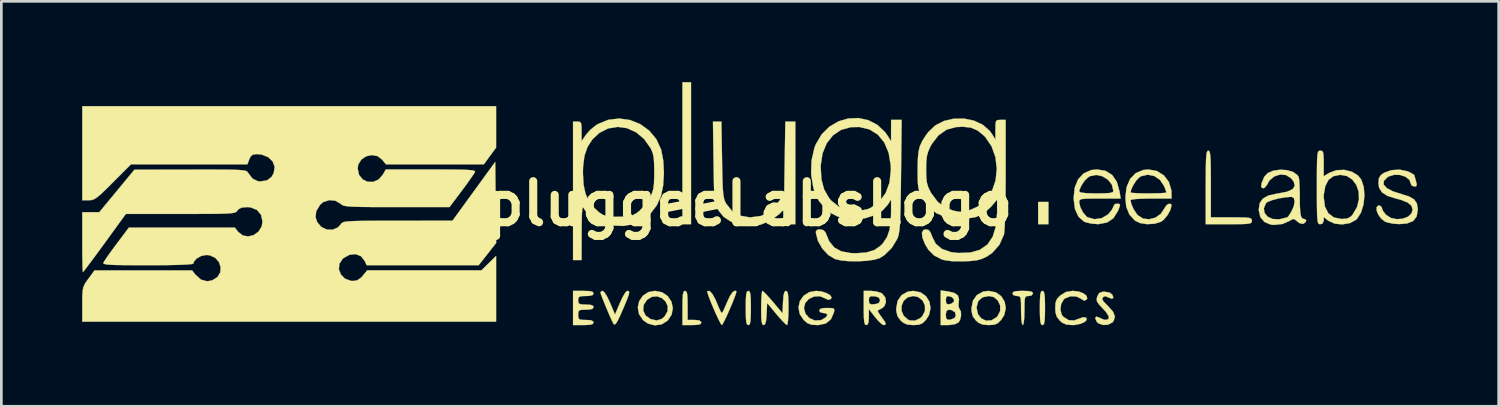
<source format=kicad_pcb>
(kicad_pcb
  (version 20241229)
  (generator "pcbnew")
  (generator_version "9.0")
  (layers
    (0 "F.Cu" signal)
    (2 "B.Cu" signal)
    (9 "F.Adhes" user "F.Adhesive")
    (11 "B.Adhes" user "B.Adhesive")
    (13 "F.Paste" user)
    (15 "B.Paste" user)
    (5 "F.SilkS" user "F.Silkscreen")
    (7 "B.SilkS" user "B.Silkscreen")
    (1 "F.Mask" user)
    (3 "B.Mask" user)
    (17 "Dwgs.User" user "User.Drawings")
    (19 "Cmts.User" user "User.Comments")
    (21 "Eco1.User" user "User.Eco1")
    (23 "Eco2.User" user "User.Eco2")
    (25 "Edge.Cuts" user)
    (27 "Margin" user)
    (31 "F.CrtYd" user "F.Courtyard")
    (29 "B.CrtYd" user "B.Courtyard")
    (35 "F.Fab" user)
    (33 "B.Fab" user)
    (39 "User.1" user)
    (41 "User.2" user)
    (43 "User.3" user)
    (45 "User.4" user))
  (footprint "pluggeeLabsLogo"
    (layer "F.Cu")
    (at 24.77 4.513)
    (property "Reference" "pluggeeLabsLogo" (at 0 0 0) (layer "F.SilkS") (effects (font (size 1.524 1.524) (thickness 0.3))))
    (attr through_hole)
    (fp_poly (pts (xy -2.159 0.762) (xy -2.477 0.762) (xy -2.477 -4.508) (xy -2.159 -4.508) (xy -2.159 0.762)) (stroke (width 0.01) (type solid)) (fill yes) (layer "F.SilkS"))
    (fp_poly (pts (xy 11.113 0.762) (xy 10.732 0.762) (xy 10.732 -0.064) (xy 11.113 -0.064) (xy 11.113 0.762)) (stroke (width 0.01) (type solid)) (fill yes) (layer "F.SilkS"))
    (fp_poly (pts (xy -2.334 3.262) (xy -2.304 3.345) (xy -2.29 3.512) (xy -2.286 3.778) (xy -2.286 4.318) (xy -2.032 4.318) (xy -1.855 4.334) (xy -1.783 4.386) (xy -1.778 4.413) (xy -1.809 4.471) (xy -1.919 4.5) (xy -2.127 4.508) (xy -2.477 4.508) (xy -2.477 3.873) (xy -2.473 3.577) (xy -2.462 3.387) (xy -2.439 3.282) (xy -2.401 3.242) (xy -2.381 3.239) (xy -2.334 3.262)) (stroke (width 0.01) (type solid)) (fill yes) (layer "F.SilkS"))
    (fp_poly (pts (xy 0.013 3.259) (xy 0.041 3.336) (xy 0.057 3.49) (xy 0.063 3.741) (xy 0.064 3.873) (xy 0.06 4.17) (xy 0.049 4.36) (xy 0.026 4.465) (xy -0.012 4.505) (xy -0.032 4.508) (xy -0.076 4.488) (xy -0.105 4.411) (xy -0.12 4.257) (xy -0.127 4.006) (xy -0.127 3.873) (xy -0.124 3.577) (xy -0.112 3.387) (xy -0.089 3.282) (xy -0.052 3.242) (xy -0.032 3.239) (xy 0.013 3.259)) (stroke (width 0.01) (type solid)) (fill yes) (layer "F.SilkS"))
    (fp_poly (pts (xy 10.935 3.259) (xy 10.963 3.336) (xy 10.979 3.49) (xy 10.985 3.741) (xy 10.986 3.873) (xy 10.982 4.17) (xy 10.971 4.36) (xy 10.948 4.465) (xy 10.91 4.505) (xy 10.89 4.508) (xy 10.846 4.488) (xy 10.817 4.411) (xy 10.802 4.257) (xy 10.795 4.006) (xy 10.795 3.873) (xy 10.798 3.577) (xy 10.81 3.387) (xy 10.833 3.282) (xy 10.87 3.242) (xy 10.89 3.239) (xy 10.935 3.259)) (stroke (width 0.01) (type solid)) (fill yes) (layer "F.SilkS"))
    (fp_poly (pts (xy -4.474 3.248) (xy -4.454 3.29) (xy -4.472 3.385) (xy -4.532 3.551) (xy -4.64 3.81) (xy -4.671 3.884) (xy -4.8 4.178) (xy -4.894 4.368) (xy -4.96 4.467) (xy -5.008 4.489) (xy -5.04 4.458) (xy -5.091 4.357) (xy -5.171 4.181) (xy -5.265 3.961) (xy -5.361 3.73) (xy -5.446 3.52) (xy -5.504 3.364) (xy -5.524 3.296) (xy -5.474 3.244) (xy -5.438 3.239) (xy -5.374 3.293) (xy -5.282 3.437) (xy -5.183 3.642) (xy -5.167 3.678) (xy -4.982 4.118) (xy -4.797 3.678) (xy -4.697 3.467) (xy -4.604 3.311) (xy -4.536 3.24) (xy -4.528 3.239) (xy -4.474 3.248)) (stroke (width 0.01) (type solid)) (fill yes) (layer "F.SilkS"))
    (fp_poly (pts (xy -0.474 3.251) (xy -0.485 3.318) (xy -0.538 3.47) (xy -0.619 3.677) (xy -0.718 3.91) (xy -0.819 4.139) (xy -0.912 4.335) (xy -0.982 4.467) (xy -1.016 4.508) (xy -1.057 4.454) (xy -1.134 4.306) (xy -1.236 4.09) (xy -1.322 3.894) (xy -1.428 3.639) (xy -1.508 3.43) (xy -1.553 3.292) (xy -1.558 3.251) (xy -1.474 3.24) (xy -1.371 3.344) (xy -1.255 3.555) (xy -1.204 3.676) (xy -1.121 3.873) (xy -1.053 4.013) (xy -1.016 4.064) (xy -0.977 4.01) (xy -0.909 3.868) (xy -0.828 3.676) (xy -0.71 3.422) (xy -0.601 3.271) (xy -0.508 3.232) (xy -0.474 3.251)) (stroke (width 0.01) (type solid)) (fill yes) (layer "F.SilkS"))
    (fp_poly (pts (xy 10.381 3.246) (xy 10.5 3.272) (xy 10.54 3.322) (xy 10.541 3.334) (xy 10.486 3.41) (xy 10.382 3.429) (xy 10.305 3.434) (xy 10.258 3.466) (xy 10.234 3.549) (xy 10.225 3.709) (xy 10.223 3.969) (xy 10.216 4.232) (xy 10.197 4.418) (xy 10.168 4.505) (xy 10.16 4.508) (xy 10.129 4.449) (xy 10.107 4.285) (xy 10.097 4.038) (xy 10.097 3.969) (xy 10.095 3.707) (xy 10.086 3.548) (xy 10.061 3.465) (xy 10.014 3.434) (xy 9.938 3.429) (xy 9.81 3.396) (xy 9.779 3.334) (xy 9.808 3.278) (xy 9.912 3.249) (xy 10.114 3.239) (xy 10.16 3.239) (xy 10.381 3.246)) (stroke (width 0.01) (type solid)) (fill yes) (layer "F.SilkS"))
    (fp_poly (pts (xy 17.083 -1.953) (xy 17.108 -1.896) (xy 17.125 -1.781) (xy 17.136 -1.593) (xy 17.142 -1.317) (xy 17.145 -0.936) (xy 17.145 -0.73) (xy 17.145 0.508) (xy 17.907 0.508) (xy 18.229 0.509) (xy 18.444 0.515) (xy 18.575 0.53) (xy 18.642 0.556) (xy 18.666 0.598) (xy 18.669 0.635) (xy 18.662 0.686) (xy 18.629 0.721) (xy 18.548 0.743) (xy 18.401 0.756) (xy 18.168 0.761) (xy 17.828 0.762) (xy 17.812 0.762) (xy 16.954 0.762) (xy 16.954 -0.603) (xy 16.956 -1.059) (xy 16.959 -1.403) (xy 16.967 -1.651) (xy 16.98 -1.816) (xy 16.998 -1.913) (xy 17.024 -1.959) (xy 17.05 -1.968) (xy 17.083 -1.953)) (stroke (width 0.01) (type solid)) (fill yes) (layer "F.SilkS"))
    (fp_poly (pts (xy -3.231 3.292) (xy -3.024 3.433) (xy -2.888 3.636) (xy -2.835 3.873) (xy -2.877 4.117) (xy -3.025 4.341) (xy -3.248 4.482) (xy -3.506 4.519) (xy -3.762 4.451) (xy -3.942 4.323) (xy -4.091 4.098) (xy -4.115 3.966) (xy -3.935 3.966) (xy -3.847 4.153) (xy -3.664 4.285) (xy -3.433 4.338) (xy -3.242 4.277) (xy -3.137 4.184) (xy -3.029 3.993) (xy -3.025 3.803) (xy -3.104 3.634) (xy -3.242 3.507) (xy -3.419 3.441) (xy -3.613 3.459) (xy -3.79 3.567) (xy -3.918 3.76) (xy -3.935 3.966) (xy -4.115 3.966) (xy -4.135 3.854) (xy -4.083 3.618) (xy -3.948 3.419) (xy -3.741 3.283) (xy -3.498 3.239) (xy -3.231 3.292)) (stroke (width 0.01) (type solid)) (fill yes) (layer "F.SilkS"))
    (fp_poly (pts (xy 1.411 3.262) (xy 1.439 3.345) (xy 1.455 3.507) (xy 1.46 3.771) (xy 1.46 3.873) (xy 1.455 4.14) (xy 1.442 4.351) (xy 1.421 4.481) (xy 1.405 4.508) (xy 1.342 4.463) (xy 1.222 4.341) (xy 1.066 4.166) (xy 1.008 4.098) (xy 0.667 3.687) (xy 0.648 4.098) (xy 0.629 4.334) (xy 0.597 4.464) (xy 0.545 4.508) (xy 0.537 4.508) (xy 0.494 4.485) (xy 0.466 4.402) (xy 0.45 4.24) (xy 0.445 3.976) (xy 0.445 3.873) (xy 0.449 3.607) (xy 0.461 3.396) (xy 0.478 3.267) (xy 0.492 3.24) (xy 0.552 3.285) (xy 0.671 3.407) (xy 0.826 3.581) (xy 0.889 3.655) (xy 1.238 4.069) (xy 1.257 3.654) (xy 1.275 3.416) (xy 1.307 3.285) (xy 1.359 3.239) (xy 1.368 3.239) (xy 1.411 3.262)) (stroke (width 0.01) (type solid)) (fill yes) (layer "F.SilkS"))
    (fp_poly (pts (xy 6.363 3.292) (xy 6.566 3.435) (xy 6.694 3.641) (xy 6.735 3.883) (xy 6.678 4.136) (xy 6.567 4.313) (xy 6.442 4.437) (xy 6.31 4.494) (xy 6.112 4.508) (xy 6.099 4.508) (xy 5.88 4.491) (xy 5.727 4.425) (xy 5.628 4.341) (xy 5.511 4.186) (xy 5.465 4.001) (xy 5.464 3.984) (xy 5.661 3.984) (xy 5.741 4.168) (xy 5.904 4.308) (xy 5.969 4.336) (xy 6.161 4.343) (xy 6.354 4.25) (xy 6.429 4.178) (xy 6.529 3.982) (xy 6.526 3.775) (xy 6.436 3.592) (xy 6.273 3.466) (xy 6.096 3.429) (xy 5.883 3.479) (xy 5.736 3.609) (xy 5.661 3.788) (xy 5.661 3.984) (xy 5.464 3.984) (xy 5.461 3.892) (xy 5.514 3.606) (xy 5.664 3.392) (xy 5.894 3.266) (xy 6.096 3.239) (xy 6.363 3.292)) (stroke (width 0.01) (type solid)) (fill yes) (layer "F.SilkS"))
    (fp_poly (pts (xy 9.157 3.292) (xy 9.36 3.435) (xy 9.488 3.641) (xy 9.529 3.883) (xy 9.472 4.136) (xy 9.361 4.313) (xy 9.236 4.437) (xy 9.104 4.494) (xy 8.906 4.508) (xy 8.893 4.508) (xy 8.674 4.491) (xy 8.521 4.425) (xy 8.422 4.341) (xy 8.305 4.186) (xy 8.259 4.001) (xy 8.255 3.892) (xy 8.26 3.867) (xy 8.445 3.867) (xy 8.495 4.102) (xy 8.623 4.265) (xy 8.802 4.346) (xy 9.001 4.331) (xy 9.193 4.211) (xy 9.223 4.178) (xy 9.321 3.985) (xy 9.32 3.779) (xy 9.234 3.595) (xy 9.078 3.467) (xy 8.904 3.429) (xy 8.664 3.478) (xy 8.508 3.617) (xy 8.446 3.839) (xy 8.445 3.867) (xy 8.26 3.867) (xy 8.308 3.606) (xy 8.458 3.392) (xy 8.688 3.266) (xy 8.89 3.239) (xy 9.157 3.292)) (stroke (width 0.01) (type solid)) (fill yes) (layer "F.SilkS"))
    (fp_poly (pts (xy 13.391 3.305) (xy 13.485 3.378) (xy 13.525 3.493) (xy 13.472 3.533) (xy 13.346 3.484) (xy 13.343 3.483) (xy 13.223 3.433) (xy 13.135 3.477) (xy 13.134 3.477) (xy 13.11 3.542) (xy 13.161 3.634) (xy 13.3 3.778) (xy 13.323 3.799) (xy 13.512 4.011) (xy 13.583 4.192) (xy 13.537 4.351) (xy 13.489 4.409) (xy 13.332 4.493) (xy 13.142 4.505) (xy 12.972 4.446) (xy 12.901 4.375) (xy 12.85 4.246) (xy 12.89 4.194) (xy 13.01 4.235) (xy 13.02 4.241) (xy 13.158 4.303) (xy 13.235 4.318) (xy 13.347 4.284) (xy 13.354 4.186) (xy 13.256 4.029) (xy 13.139 3.9) (xy 12.989 3.739) (xy 12.916 3.628) (xy 12.904 3.533) (xy 12.927 3.446) (xy 12.996 3.321) (xy 13.112 3.274) (xy 13.203 3.27) (xy 13.391 3.305)) (stroke (width 0.01) (type solid)) (fill yes) (layer "F.SilkS"))
    (fp_poly (pts (xy -5.938 3.246) (xy -5.819 3.272) (xy -5.779 3.322) (xy -5.779 3.334) (xy -5.816 3.397) (xy -5.943 3.425) (xy -6.064 3.429) (xy -6.241 3.436) (xy -6.324 3.468) (xy -6.349 3.545) (xy -6.35 3.588) (xy -6.338 3.686) (xy -6.28 3.732) (xy -6.141 3.746) (xy -6.064 3.747) (xy -5.876 3.759) (xy -5.79 3.801) (xy -5.779 3.842) (xy -5.816 3.905) (xy -5.943 3.933) (xy -6.064 3.937) (xy -6.24 3.943) (xy -6.323 3.974) (xy -6.348 4.056) (xy -6.35 4.128) (xy -6.342 4.245) (xy -6.294 4.3) (xy -6.172 4.317) (xy -6.064 4.318) (xy -5.876 4.33) (xy -5.79 4.373) (xy -5.779 4.413) (xy -5.808 4.469) (xy -5.911 4.498) (xy -6.114 4.508) (xy -6.16 4.508) (xy -6.54 4.508) (xy -6.54 3.239) (xy -6.16 3.239) (xy -5.938 3.246)) (stroke (width 0.01) (type solid)) (fill yes) (layer "F.SilkS"))
    (fp_poly (pts (xy 12.241 3.264) (xy 12.415 3.331) (xy 12.528 3.42) (xy 12.555 3.517) (xy 12.527 3.563) (xy 12.446 3.605) (xy 12.348 3.55) (xy 12.331 3.535) (xy 12.148 3.446) (xy 11.928 3.44) (xy 11.73 3.517) (xy 11.684 3.556) (xy 11.586 3.725) (xy 11.559 3.93) (xy 11.604 4.118) (xy 11.668 4.203) (xy 11.87 4.327) (xy 12.074 4.335) (xy 12.233 4.277) (xy 12.416 4.214) (xy 12.519 4.238) (xy 12.534 4.318) (xy 12.451 4.398) (xy 12.296 4.464) (xy 12.097 4.504) (xy 11.996 4.508) (xy 11.777 4.489) (xy 11.621 4.418) (xy 11.534 4.341) (xy 11.423 4.199) (xy 11.374 4.031) (xy 11.367 3.87) (xy 11.379 3.667) (xy 11.434 3.533) (xy 11.554 3.41) (xy 11.562 3.403) (xy 11.768 3.278) (xy 12.014 3.239) (xy 12.031 3.239) (xy 12.241 3.264)) (stroke (width 0.01) (type solid)) (fill yes) (layer "F.SilkS"))
    (fp_poly (pts (xy 2.691 3.262) (xy 2.872 3.32) (xy 3.005 3.398) (xy 3.062 3.481) (xy 3.034 3.541) (xy 2.931 3.571) (xy 2.829 3.519) (xy 2.628 3.437) (xy 2.413 3.448) (xy 2.219 3.537) (xy 2.082 3.689) (xy 2.034 3.878) (xy 2.092 4.09) (xy 2.238 4.25) (xy 2.436 4.337) (xy 2.652 4.328) (xy 2.716 4.303) (xy 2.86 4.208) (xy 2.905 4.124) (xy 2.844 4.072) (xy 2.768 4.064) (xy 2.636 4.032) (xy 2.603 3.969) (xy 2.64 3.907) (xy 2.765 3.878) (xy 2.896 3.873) (xy 3.073 3.878) (xy 3.152 3.903) (xy 3.162 3.971) (xy 3.145 4.048) (xy 3.034 4.298) (xy 2.845 4.449) (xy 2.572 4.508) (xy 2.524 4.508) (xy 2.309 4.494) (xy 2.159 4.435) (xy 2.027 4.323) (xy 1.876 4.096) (xy 1.832 3.852) (xy 1.884 3.618) (xy 2.022 3.42) (xy 2.234 3.285) (xy 2.487 3.239) (xy 2.691 3.262)) (stroke (width 0.01) (type solid)) (fill yes) (layer "F.SilkS"))
    (fp_poly (pts (xy 7.368 3.256) (xy 7.615 3.313) (xy 7.752 3.409) (xy 7.792 3.559) (xy 7.782 3.658) (xy 7.773 3.813) (xy 7.806 3.903) (xy 7.809 3.904) (xy 7.863 4.002) (xy 7.869 4.16) (xy 7.83 4.321) (xy 7.774 4.409) (xy 7.632 4.479) (xy 7.412 4.508) (xy 7.393 4.508) (xy 7.112 4.508) (xy 7.112 4.132) (xy 7.303 4.132) (xy 7.316 4.267) (xy 7.378 4.311) (xy 7.477 4.306) (xy 7.626 4.248) (xy 7.673 4.167) (xy 7.645 4.033) (xy 7.518 3.952) (xy 7.414 3.938) (xy 7.331 3.975) (xy 7.303 4.105) (xy 7.303 4.132) (xy 7.112 4.132) (xy 7.112 3.588) (xy 7.303 3.588) (xy 7.324 3.713) (xy 7.405 3.741) (xy 7.52 3.708) (xy 7.608 3.633) (xy 7.599 3.54) (xy 7.509 3.461) (xy 7.361 3.429) (xy 7.317 3.483) (xy 7.303 3.588) (xy 7.112 3.588) (xy 7.112 3.222) (xy 7.368 3.256)) (stroke (width 0.01) (type solid)) (fill yes) (layer "F.SilkS"))
    (fp_poly (pts (xy 4.733 3.262) (xy 4.907 3.319) (xy 4.939 3.337) (xy 5.054 3.479) (xy 5.081 3.652) (xy 5.022 3.808) (xy 4.937 3.88) (xy 4.821 3.943) (xy 4.772 3.973) (xy 4.793 4.03) (xy 4.871 4.15) (xy 4.915 4.209) (xy 5.034 4.376) (xy 5.073 4.468) (xy 5.037 4.505) (xy 4.993 4.508) (xy 4.91 4.462) (xy 4.784 4.34) (xy 4.676 4.212) (xy 4.445 3.916) (xy 4.445 4.212) (xy 4.433 4.404) (xy 4.394 4.494) (xy 4.35 4.508) (xy 4.305 4.488) (xy 4.277 4.411) (xy 4.261 4.257) (xy 4.255 4.006) (xy 4.255 3.873) (xy 4.255 3.588) (xy 4.445 3.588) (xy 4.459 3.701) (xy 4.528 3.739) (xy 4.651 3.735) (xy 4.801 3.7) (xy 4.855 3.621) (xy 4.858 3.588) (xy 4.825 3.493) (xy 4.705 3.447) (xy 4.651 3.441) (xy 4.51 3.439) (xy 4.454 3.489) (xy 4.445 3.588) (xy 4.255 3.588) (xy 4.255 3.239) (xy 4.526 3.239) (xy 4.733 3.262)) (stroke (width 0.01) (type solid)) (fill yes) (layer "F.SilkS"))
    (fp_poly (pts (xy -1.007 -1.635) (xy -0.998 -1.17) (xy -0.989 -0.813) (xy -0.977 -0.547) (xy -0.961 -0.354) (xy -0.938 -0.215) (xy -0.909 -0.112) (xy -0.869 -0.028) (xy -0.854 -0.000216) (xy -0.631 0.277) (xy -0.348 0.444) (xy 0.005 0.506) (xy 0.057 0.507) (xy 0.443 0.455) (xy 0.764 0.296) (xy 1.03 0.026) (xy 1.109 -0.091) (xy 1.302 -0.402) (xy 1.322 -1.725) (xy 1.343 -3.048) (xy 1.714 -3.048) (xy 1.714 0.762) (xy 1.524 0.762) (xy 1.409 0.754) (xy 1.353 0.709) (xy 1.335 0.591) (xy 1.333 0.464) (xy 1.333 0.166) (xy 1.127 0.379) (xy 0.795 0.633) (xy 0.409 0.785) (xy -0.006 0.831) (xy -0.423 0.766) (xy -0.674 0.667) (xy -0.946 0.49) (xy -1.136 0.258) (xy -1.147 0.238) (xy -1.196 0.148) (xy -1.234 0.059) (xy -1.262 -0.046) (xy -1.282 -0.187) (xy -1.297 -0.38) (xy -1.307 -0.644) (xy -1.314 -0.997) (xy -1.321 -1.455) (xy -1.323 -1.54) (xy -1.344 -3.048) (xy -1.03 -3.048) (xy -1.007 -1.635)) (stroke (width 0.01) (type solid)) (fill yes) (layer "F.SilkS"))
    (fp_poly (pts (xy 15.14 -1.212) (xy 15.399 -1.052) (xy 15.584 -0.809) (xy 15.677 -0.503) (xy 15.684 -0.383) (xy 15.684 -0.191) (xy 14.922 -0.191) (xy 14.619 -0.186) (xy 14.376 -0.173) (xy 14.216 -0.154) (xy 14.161 -0.131) (xy 14.197 0.027) (xy 14.287 0.223) (xy 14.404 0.399) (xy 14.43 0.429) (xy 14.624 0.553) (xy 14.854 0.58) (xy 15.087 0.518) (xy 15.289 0.375) (xy 15.429 0.162) (xy 15.433 0.153) (xy 15.505 0.049) (xy 15.598 -0.000276) (xy 15.669 0.019) (xy 15.684 0.07) (xy 15.64 0.239) (xy 15.531 0.433) (xy 15.391 0.6) (xy 15.298 0.67) (xy 15.055 0.746) (xy 14.776 0.761) (xy 14.512 0.719) (xy 14.327 0.629) (xy 14.119 0.403) (xy 14.003 0.114) (xy 13.97 -0.225) (xy 13.992 -0.415) (xy 14.161 -0.415) (xy 14.22 -0.401) (xy 14.38 -0.39) (xy 14.614 -0.383) (xy 14.827 -0.381) (xy 15.101 -0.384) (xy 15.32 -0.392) (xy 15.459 -0.404) (xy 15.494 -0.415) (xy 15.472 -0.49) (xy 15.417 -0.632) (xy 15.407 -0.656) (xy 15.256 -0.883) (xy 15.043 -1.027) (xy 14.802 -1.076) (xy 14.561 -1.021) (xy 14.485 -0.976) (xy 14.376 -0.861) (xy 14.265 -0.69) (xy 14.184 -0.516) (xy 14.161 -0.415) (xy 13.992 -0.415) (xy 14.015 -0.611) (xy 14.145 -0.917) (xy 14.353 -1.133) (xy 14.631 -1.25) (xy 14.827 -1.27) (xy 15.14 -1.212)) (stroke (width 0.01) (type solid)) (fill yes) (layer "F.SilkS"))
    (fp_poly (pts (xy 21.274 -1.957) (xy 21.312 -1.906) (xy 21.33 -1.788) (xy 21.336 -1.577) (xy 21.336 -1.493) (xy 21.336 -1.018) (xy 21.542 -1.144) (xy 21.806 -1.243) (xy 22.096 -1.255) (xy 22.375 -1.188) (xy 22.606 -1.049) (xy 22.73 -0.895) (xy 22.823 -0.62) (xy 22.848 -0.298) (xy 22.813 0.031) (xy 22.721 0.33) (xy 22.577 0.559) (xy 22.531 0.603) (xy 22.303 0.723) (xy 22.024 0.77) (xy 21.744 0.742) (xy 21.512 0.637) (xy 21.503 0.63) (xy 21.336 0.499) (xy 21.336 0.63) (xy 21.293 0.74) (xy 21.209 0.762) (xy 21.167 0.757) (xy 21.136 0.733) (xy 21.113 0.672) (xy 21.098 0.56) (xy 21.089 0.381) (xy 21.084 0.118) (xy 21.082 -0.24) (xy 21.336 -0.24) (xy 21.379 0.104) (xy 21.506 0.355) (xy 21.714 0.512) (xy 22 0.569) (xy 22.014 0.569) (xy 22.212 0.551) (xy 22.345 0.477) (xy 22.411 0.404) (xy 22.574 0.123) (xy 22.645 -0.167) (xy 22.633 -0.446) (xy 22.547 -0.695) (xy 22.398 -0.896) (xy 22.195 -1.027) (xy 21.948 -1.071) (xy 21.692 -1.019) (xy 21.515 -0.886) (xy 21.395 -0.654) (xy 21.339 -0.34) (xy 21.336 -0.24) (xy 21.082 -0.24) (xy 21.082 -0.243) (xy 21.082 -0.603) (xy 21.082 -1.053) (xy 21.085 -1.391) (xy 21.09 -1.634) (xy 21.101 -1.797) (xy 21.117 -1.896) (xy 21.142 -1.947) (xy 21.176 -1.966) (xy 21.209 -1.968) (xy 21.274 -1.957)) (stroke (width 0.01) (type solid)) (fill yes) (layer "F.SilkS"))
    (fp_poly (pts (xy 24.444 -1.204) (xy 24.514 -1.173) (xy 24.641 -1.104) (xy 24.701 -1.063) (xy 24.701 -1.062) (xy 24.717 -0.997) (xy 24.755 -0.86) (xy 24.761 -0.841) (xy 24.792 -0.701) (xy 24.767 -0.644) (xy 24.697 -0.635) (xy 24.597 -0.676) (xy 24.575 -0.73) (xy 24.518 -0.885) (xy 24.373 -1) (xy 24.174 -1.066) (xy 23.954 -1.072) (xy 23.748 -1.01) (xy 23.7 -0.981) (xy 23.569 -0.844) (xy 23.562 -0.709) (xy 23.675 -0.579) (xy 23.904 -0.458) (xy 24.215 -0.359) (xy 24.508 -0.266) (xy 24.694 -0.157) (xy 24.794 -0.013) (xy 24.828 0.187) (xy 24.828 0.227) (xy 24.788 0.475) (xy 24.66 0.642) (xy 24.437 0.734) (xy 24.137 0.759) (xy 23.903 0.741) (xy 23.695 0.697) (xy 23.608 0.663) (xy 23.465 0.551) (xy 23.36 0.404) (xy 23.301 0.254) (xy 23.3 0.132) (xy 23.368 0.067) (xy 23.4 0.064) (xy 23.483 0.115) (xy 23.495 0.162) (xy 23.537 0.271) (xy 23.64 0.404) (xy 23.651 0.416) (xy 23.832 0.531) (xy 24.049 0.576) (xy 24.271 0.558) (xy 24.465 0.484) (xy 24.597 0.36) (xy 24.638 0.22) (xy 24.593 0.074) (xy 24.45 -0.044) (xy 24.198 -0.143) (xy 24.02 -0.19) (xy 23.703 -0.289) (xy 23.498 -0.42) (xy 23.391 -0.595) (xy 23.368 -0.768) (xy 23.385 -0.947) (xy 23.458 -1.061) (xy 23.574 -1.144) (xy 23.842 -1.243) (xy 24.152 -1.264) (xy 24.444 -1.204)) (stroke (width 0.01) (type solid)) (fill yes) (layer "F.SilkS"))
    (fp_poly (pts (xy 13.231 -1.22) (xy 13.478 -1.068) (xy 13.652 -0.813) (xy 13.754 -0.454) (xy 13.754 -0.451) (xy 13.796 -0.191) (xy 13.026 -0.191) (xy 12.702 -0.189) (xy 12.485 -0.184) (xy 12.352 -0.17) (xy 12.284 -0.144) (xy 12.259 -0.103) (xy 12.255 -0.06) (xy 12.297 0.131) (xy 12.4 0.331) (xy 12.531 0.48) (xy 12.569 0.506) (xy 12.825 0.576) (xy 13.091 0.539) (xy 13.323 0.402) (xy 13.34 0.386) (xy 13.457 0.245) (xy 13.522 0.125) (xy 13.525 0.1) (xy 13.579 0.017) (xy 13.652 0) (xy 13.743 0.007) (xy 13.772 0.048) (xy 13.742 0.154) (xy 13.692 0.277) (xy 13.526 0.541) (xy 13.29 0.7) (xy 12.977 0.759) (xy 12.93 0.759) (xy 12.702 0.739) (xy 12.498 0.691) (xy 12.431 0.663) (xy 12.228 0.483) (xy 12.101 0.206) (xy 12.051 -0.171) (xy 12.05 -0.213) (xy 12.074 -0.448) (xy 12.255 -0.448) (xy 12.317 -0.415) (xy 12.494 -0.392) (xy 12.776 -0.382) (xy 12.89 -0.381) (xy 13.188 -0.384) (xy 13.38 -0.396) (xy 13.485 -0.42) (xy 13.524 -0.458) (xy 13.525 -0.473) (xy 13.47 -0.703) (xy 13.324 -0.89) (xy 13.12 -1.017) (xy 12.888 -1.067) (xy 12.662 -1.023) (xy 12.587 -0.98) (xy 12.46 -0.855) (xy 12.343 -0.682) (xy 12.267 -0.514) (xy 12.255 -0.448) (xy 12.074 -0.448) (xy 12.09 -0.598) (xy 12.216 -0.905) (xy 12.422 -1.124) (xy 12.698 -1.247) (xy 12.91 -1.27) (xy 13.231 -1.22)) (stroke (width 0.01) (type solid)) (fill yes) (layer "F.SilkS"))
    (fp_poly (pts (xy 19.971 -1.245) (xy 20.198 -1.178) (xy 20.361 -1.06) (xy 20.408 -0.981) (xy 20.425 -0.876) (xy 20.438 -0.677) (xy 20.446 -0.418) (xy 20.447 -0.254) (xy 20.451 0.091) (xy 20.466 0.327) (xy 20.495 0.474) (xy 20.543 0.549) (xy 20.613 0.571) (xy 20.618 0.572) (xy 20.684 0.606) (xy 20.67 0.677) (xy 20.592 0.74) (xy 20.557 0.75) (xy 20.438 0.723) (xy 20.34 0.651) (xy 20.25 0.574) (xy 20.17 0.577) (xy 20.066 0.641) (xy 19.802 0.755) (xy 19.494 0.789) (xy 19.367 0.777) (xy 19.134 0.681) (xy 18.981 0.495) (xy 18.923 0.237) (xy 18.923 0.222) (xy 18.931 0.17) (xy 19.112 0.17) (xy 19.139 0.345) (xy 19.254 0.484) (xy 19.439 0.569) (xy 19.673 0.581) (xy 19.78 0.559) (xy 19.918 0.523) (xy 19.987 0.508) (xy 19.987 0.508) (xy 20.028 0.46) (xy 20.107 0.34) (xy 20.13 0.302) (xy 20.223 0.102) (xy 20.256 -0.077) (xy 20.229 -0.206) (xy 20.145 -0.254) (xy 19.917 -0.237) (xy 19.667 -0.194) (xy 19.437 -0.136) (xy 19.263 -0.07) (xy 19.193 -0.02) (xy 19.112 0.17) (xy 18.931 0.17) (xy 18.958 -0.016) (xy 19.074 -0.187) (xy 19.283 -0.303) (xy 19.599 -0.374) (xy 19.65 -0.381) (xy 19.976 -0.443) (xy 20.18 -0.537) (xy 20.262 -0.661) (xy 20.222 -0.817) (xy 20.127 -0.941) (xy 19.938 -1.062) (xy 19.718 -1.082) (xy 19.501 -1.012) (xy 19.319 -0.86) (xy 19.22 -0.683) (xy 19.139 -0.588) (xy 19.079 -0.572) (xy 19.013 -0.619) (xy 19.029 -0.763) (xy 19.127 -0.997) (xy 19.258 -1.137) (xy 19.466 -1.225) (xy 19.716 -1.261) (xy 19.971 -1.245)) (stroke (width 0.01) (type solid)) (fill yes) (layer "F.SilkS"))
    (fp_poly (pts (xy -4.423 -3.106) (xy -4.045 -2.954) (xy -3.713 -2.714) (xy -3.447 -2.396) (xy -3.269 -2.007) (xy -3.265 -1.992) (xy -3.188 -1.589) (xy -3.165 -1.131) (xy -3.194 -0.675) (xy -3.276 -0.277) (xy -3.278 -0.269) (xy -3.432 0.064) (xy -3.662 0.365) (xy -3.938 0.604) (xy -4.23 0.748) (xy -4.665 0.827) (xy -5.091 0.811) (xy -5.484 0.708) (xy -5.821 0.525) (xy -6.079 0.268) (xy -6.149 0.159) (xy -6.176 0.139) (xy -6.196 0.2) (xy -6.209 0.351) (xy -6.217 0.605) (xy -6.221 0.973) (xy -6.221 1.064) (xy -6.223 2.095) (xy -6.54 2.095) (xy -6.54 -1.137) (xy -6.173 -1.137) (xy -6.149 -0.702) (xy -6.075 -0.359) (xy -5.941 -0.077) (xy -5.739 0.169) (xy -5.572 0.324) (xy -5.421 0.42) (xy -5.247 0.471) (xy -5.015 0.488) (xy -4.75 0.485) (xy -4.503 0.47) (xy -4.332 0.432) (xy -4.189 0.357) (xy -4.084 0.277) (xy -3.908 0.099) (xy -3.742 -0.126) (xy -3.683 -0.227) (xy -3.608 -0.39) (xy -3.56 -0.548) (xy -3.535 -0.737) (xy -3.525 -0.996) (xy -3.524 -1.173) (xy -3.529 -1.489) (xy -3.546 -1.714) (xy -3.582 -1.881) (xy -3.641 -2.025) (xy -3.661 -2.064) (xy -3.906 -2.407) (xy -4.205 -2.655) (xy -4.539 -2.804) (xy -4.89 -2.851) (xy -5.237 -2.793) (xy -5.563 -2.628) (xy -5.822 -2.386) (xy -6.004 -2.104) (xy -6.117 -1.774) (xy -6.168 -1.366) (xy -6.173 -1.137) (xy -6.54 -1.137) (xy -6.54 -3.048) (xy -6.382 -3.048) (xy -6.292 -3.039) (xy -6.245 -2.993) (xy -6.226 -2.879) (xy -6.223 -2.684) (xy -6.223 -2.32) (xy -6.063 -2.555) (xy -5.907 -2.733) (xy -5.702 -2.903) (xy -5.625 -2.953) (xy -5.234 -3.114) (xy -4.827 -3.162) (xy -4.423 -3.106)) (stroke (width 0.01) (type solid)) (fill yes) (layer "F.SilkS"))
    (fp_poly (pts (xy 4.423 -3.101) (xy 4.76 -2.927) (xy 5.048 -2.655) (xy 5.152 -2.508) (xy 5.27 -2.318) (xy 5.27 -2.715) (xy 5.271 -3.111) (xy 5.663 -3.111) (xy 5.639 -1.032) (xy 5.632 -0.45) (xy 5.624 0.019) (xy 5.615 0.389) (xy 5.603 0.676) (xy 5.589 0.892) (xy 5.57 1.053) (xy 5.547 1.172) (xy 5.519 1.264) (xy 5.503 1.302) (xy 5.3 1.637) (xy 5.026 1.908) (xy 4.858 2.016) (xy 4.663 2.078) (xy 4.383 2.12) (xy 4.056 2.14) (xy 3.723 2.137) (xy 3.422 2.11) (xy 3.195 2.059) (xy 3.19 2.057) (xy 2.937 1.905) (xy 2.716 1.667) (xy 2.554 1.382) (xy 2.479 1.091) (xy 2.477 1.038) (xy 2.525 0.97) (xy 2.635 0.952) (xy 2.754 0.983) (xy 2.83 1.057) (xy 2.832 1.064) (xy 2.972 1.396) (xy 3.162 1.628) (xy 3.42 1.77) (xy 3.764 1.834) (xy 3.968 1.841) (xy 4.354 1.813) (xy 4.65 1.722) (xy 4.885 1.557) (xy 4.969 1.467) (xy 5.119 1.241) (xy 5.213 0.969) (xy 5.261 0.623) (xy 5.27 0.318) (xy 5.27 -0.159) (xy 5.154 0.032) (xy 4.951 0.254) (xy 4.658 0.429) (xy 4.31 0.539) (xy 3.992 0.571) (xy 3.604 0.552) (xy 3.303 0.485) (xy 3.052 0.359) (xy 2.816 0.16) (xy 2.788 0.131) (xy 2.598 -0.09) (xy 2.474 -0.314) (xy 2.382 -0.59) (xy 2.301 -1.092) (xy 2.309 -1.358) (xy 2.656 -1.358) (xy 2.684 -0.902) (xy 2.783 -0.531) (xy 2.96 -0.219) (xy 3.044 -0.116) (xy 3.329 0.114) (xy 3.671 0.248) (xy 4.04 0.279) (xy 4.404 0.202) (xy 4.518 0.152) (xy 4.836 -0.077) (xy 5.07 -0.395) (xy 5.213 -0.79) (xy 5.262 -1.254) (xy 5.257 -1.421) (xy 5.179 -1.89) (xy 5.017 -2.273) (xy 4.778 -2.564) (xy 4.467 -2.758) (xy 4.093 -2.847) (xy 3.773 -2.841) (xy 3.413 -2.741) (xy 3.112 -2.537) (xy 2.879 -2.242) (xy 2.725 -1.868) (xy 2.658 -1.429) (xy 2.656 -1.358) (xy 2.309 -1.358) (xy 2.316 -1.602) (xy 2.425 -2.079) (xy 2.475 -2.205) (xy 2.693 -2.574) (xy 2.98 -2.859) (xy 3.316 -3.056) (xy 3.681 -3.163) (xy 4.057 -3.179) (xy 4.423 -3.101)) (stroke (width 0.01) (type solid)) (fill yes) (layer "F.SilkS"))
    (fp_poly (pts (xy 8.343 -3.085) (xy 8.672 -2.933) (xy 8.935 -2.702) (xy 9.019 -2.585) (xy 9.144 -2.381) (xy 9.144 -2.746) (xy 9.147 -2.952) (xy 9.166 -3.061) (xy 9.217 -3.104) (xy 9.317 -3.111) (xy 9.335 -3.111) (xy 9.525 -3.111) (xy 9.525 -1.095) (xy 9.523 -0.559) (xy 9.517 -0.068) (xy 9.508 0.362) (xy 9.496 0.715) (xy 9.481 0.976) (xy 9.465 1.13) (xy 9.46 1.15) (xy 9.295 1.524) (xy 9.031 1.824) (xy 8.824 1.966) (xy 8.65 2.048) (xy 8.465 2.1) (xy 8.228 2.129) (xy 7.969 2.142) (xy 7.543 2.138) (xy 7.235 2.095) (xy 7.155 2.071) (xy 6.866 1.923) (xy 6.654 1.71) (xy 6.534 1.511) (xy 6.434 1.263) (xy 6.415 1.079) (xy 6.477 0.974) (xy 6.562 0.953) (xy 6.669 0.98) (xy 6.743 1.081) (xy 6.786 1.205) (xy 6.927 1.485) (xy 7.158 1.681) (xy 7.484 1.797) (xy 7.759 1.831) (xy 8.208 1.816) (xy 8.569 1.713) (xy 8.846 1.518) (xy 9.043 1.229) (xy 9.162 0.841) (xy 9.207 0.351) (xy 9.207 0.29) (xy 9.207 -0.15) (xy 8.985 0.111) (xy 8.726 0.349) (xy 8.424 0.496) (xy 8.054 0.561) (xy 7.729 0.562) (xy 7.292 0.498) (xy 6.939 0.347) (xy 6.653 0.101) (xy 6.452 -0.191) (xy 6.367 -0.348) (xy 6.31 -0.483) (xy 6.277 -0.627) (xy 6.261 -0.813) (xy 6.256 -1.075) (xy 6.256 -1.27) (xy 6.256 -1.272) (xy 6.572 -1.272) (xy 6.577 -0.988) (xy 6.599 -0.786) (xy 6.647 -0.619) (xy 6.731 -0.444) (xy 6.758 -0.395) (xy 7.006 -0.063) (xy 7.319 0.163) (xy 7.579 0.257) (xy 7.753 0.295) (xy 7.881 0.305) (xy 8.017 0.283) (xy 8.216 0.228) (xy 8.236 0.222) (xy 8.568 0.068) (xy 8.784 -0.124) (xy 9.016 -0.47) (xy 9.153 -0.872) (xy 9.195 -1.301) (xy 9.145 -1.73) (xy 9.001 -2.131) (xy 8.766 -2.475) (xy 8.725 -2.518) (xy 8.49 -2.712) (xy 8.242 -2.821) (xy 7.944 -2.856) (xy 7.677 -2.843) (xy 7.331 -2.748) (xy 7.031 -2.537) (xy 6.782 -2.215) (xy 6.731 -2.122) (xy 6.648 -1.938) (xy 6.599 -1.757) (xy 6.577 -1.533) (xy 6.572 -1.272) (xy 6.256 -1.272) (xy 6.262 -1.635) (xy 6.285 -1.909) (xy 6.336 -2.127) (xy 6.424 -2.323) (xy 6.56 -2.534) (xy 6.652 -2.659) (xy 6.91 -2.905) (xy 7.234 -3.071) (xy 7.598 -3.155) (xy 7.977 -3.16) (xy 8.343 -3.085)) (stroke (width 0.01) (type solid)) (fill yes) (layer "F.SilkS"))
    (fp_poly (pts (xy -9.398 -2.081) (xy -9.626 -1.771) (xy -9.853 -1.46) (xy -13.489 -1.46) (xy -13.626 -1.632) (xy -13.802 -1.767) (xy -14.013 -1.805) (xy -14.224 -1.758) (xy -14.402 -1.638) (xy -14.516 -1.456) (xy -14.539 -1.307) (xy -14.487 -1.069) (xy -14.353 -0.902) (xy -14.168 -0.813) (xy -13.961 -0.808) (xy -13.762 -0.896) (xy -13.602 -1.079) (xy -13.494 -1.269) (xy -11.82 -1.27) (xy -11.311 -1.269) (xy -10.915 -1.266) (xy -10.62 -1.261) (xy -10.412 -1.251) (xy -10.278 -1.238) (xy -10.205 -1.219) (xy -10.18 -1.195) (xy -10.182 -1.177) (xy -10.233 -1.092) (xy -10.344 -0.929) (xy -10.499 -0.713) (xy -10.673 -0.478) (xy -11.128 0.127) (xy -13.089 0.127) (xy -13.64 0.127) (xy -14.079 0.125) (xy -14.419 0.121) (xy -14.674 0.115) (xy -14.858 0.104) (xy -14.986 0.089) (xy -15.071 0.069) (xy -15.127 0.041) (xy -15.169 0.007) (xy -15.177 0) (xy -15.367 -0.11) (xy -15.595 -0.13) (xy -15.811 -0.063) (xy -15.935 0.042) (xy -16.077 0.28) (xy -16.103 0.5) (xy -16.041 0.685) (xy -15.889 0.865) (xy -15.687 0.96) (xy -15.469 0.967) (xy -15.272 0.883) (xy -15.163 0.764) (xy -15.137 0.729) (xy -15.098 0.7) (xy -15.034 0.678) (xy -14.93 0.662) (xy -14.774 0.65) (xy -14.552 0.642) (xy -14.25 0.637) (xy -13.854 0.635) (xy -13.353 0.634) (xy -13.05 0.633) (xy -11.017 0.632) (xy -10.223 -0.46) (xy -9.43 -1.552) (xy -9.413 -0.046) (xy -9.396 1.46) (xy -9.72 1.873) (xy -10.045 2.286) (xy -14.204 2.286) (xy -14.277 2.126) (xy -14.415 1.952) (xy -14.611 1.875) (xy -14.836 1.896) (xy -15.061 2.019) (xy -15.097 2.05) (xy -15.218 2.232) (xy -15.236 2.435) (xy -15.163 2.627) (xy -15.015 2.781) (xy -14.803 2.864) (xy -14.728 2.872) (xy -14.554 2.846) (xy -14.407 2.741) (xy -14.35 2.677) (xy -14.183 2.476) (xy -9.943 2.476) (xy -9.398 1.942) (xy -9.398 4.381) (xy -24.765 4.381) (xy -24.765 3.739) (xy -24.763 3.446) (xy -24.753 3.246) (xy -24.726 3.104) (xy -24.674 2.986) (xy -24.589 2.857) (xy -24.537 2.787) (xy -24.31 2.477) (xy -20.688 2.477) (xy -20.559 2.64) (xy -20.353 2.823) (xy -20.122 2.882) (xy -19.94 2.848) (xy -19.746 2.728) (xy -19.643 2.557) (xy -19.626 2.362) (xy -19.688 2.172) (xy -19.822 2.015) (xy -20.022 1.92) (xy -20.158 1.905) (xy -20.347 1.942) (xy -20.516 2.035) (xy -20.621 2.157) (xy -20.637 2.223) (xy -20.7 2.243) (xy -20.885 2.26) (xy -21.186 2.273) (xy -21.6 2.282) (xy -22.121 2.286) (xy -22.327 2.286) (xy -22.839 2.285) (xy -23.238 2.282) (xy -23.535 2.277) (xy -23.745 2.268) (xy -23.881 2.254) (xy -23.956 2.236) (xy -23.983 2.211) (xy -23.981 2.193) (xy -23.93 2.108) (xy -23.819 1.945) (xy -23.664 1.729) (xy -23.49 1.494) (xy -23.035 0.889) (xy -19.1 0.889) (xy -18.975 1.048) (xy -18.802 1.182) (xy -18.599 1.217) (xy -18.395 1.164) (xy -18.22 1.037) (xy -18.103 0.849) (xy -18.072 0.667) (xy -18.126 0.415) (xy -18.279 0.234) (xy -18.514 0.138) (xy -18.648 0.127) (xy -18.851 0.146) (xy -18.969 0.212) (xy -19.001 0.254) (xy -19.028 0.289) (xy -19.067 0.317) (xy -19.133 0.339) (xy -19.239 0.355) (xy -19.399 0.366) (xy -19.626 0.374) (xy -19.933 0.378) (xy -20.334 0.38) (xy -20.843 0.381) (xy -21.113 0.381) (xy -23.146 0.381) (xy -23.931 1.461) (xy -24.165 1.781) (xy -24.374 2.064) (xy -24.546 2.294) (xy -24.67 2.456) (xy -24.734 2.535) (xy -24.74 2.54) (xy -24.748 2.48) (xy -24.755 2.313) (xy -24.761 2.06) (xy -24.764 1.741) (xy -24.765 1.429) (xy -24.765 0.318) (xy -24.134 0.318) (xy -23.481 -0.472) (xy -22.828 -1.262) (xy -20.751 -1.266) (xy -20.182 -1.267) (xy -19.727 -1.266) (xy -19.372 -1.264) (xy -19.105 -1.258) (xy -18.912 -1.249) (xy -18.78 -1.236) (xy -18.696 -1.218) (xy -18.646 -1.194) (xy -18.618 -1.164) (xy -18.608 -1.148) (xy -18.444 -0.932) (xy -18.243 -0.834) (xy -18.152 -0.826) (xy -17.903 -0.866) (xy -17.734 -0.996) (xy -17.656 -1.136) (xy -17.62 -1.363) (xy -17.694 -1.567) (xy -17.859 -1.726) (xy -18.099 -1.822) (xy -18.278 -1.841) (xy -18.436 -1.821) (xy -18.524 -1.735) (xy -18.561 -1.651) (xy -18.633 -1.46) (xy -22.958 -1.46) (xy -23.622 -0.794) (xy -23.884 -0.533) (xy -24.076 -0.351) (xy -24.218 -0.233) (xy -24.327 -0.165) (xy -24.422 -0.134) (xy -24.522 -0.127) (xy -24.526 -0.127) (xy -24.765 -0.127) (xy -24.765 -3.619) (xy -9.398 -3.619) (xy -9.398 -2.081)) (stroke (width 0.01) (type solid)) (fill yes) (layer "F.SilkS")))
  (gr_rect
    (start -3 -3)
    (end 52.603 12.037)
    (stroke (width 0.1) (type default))
    (fill no)
    (layer "Edge.Cuts")))
</source>
